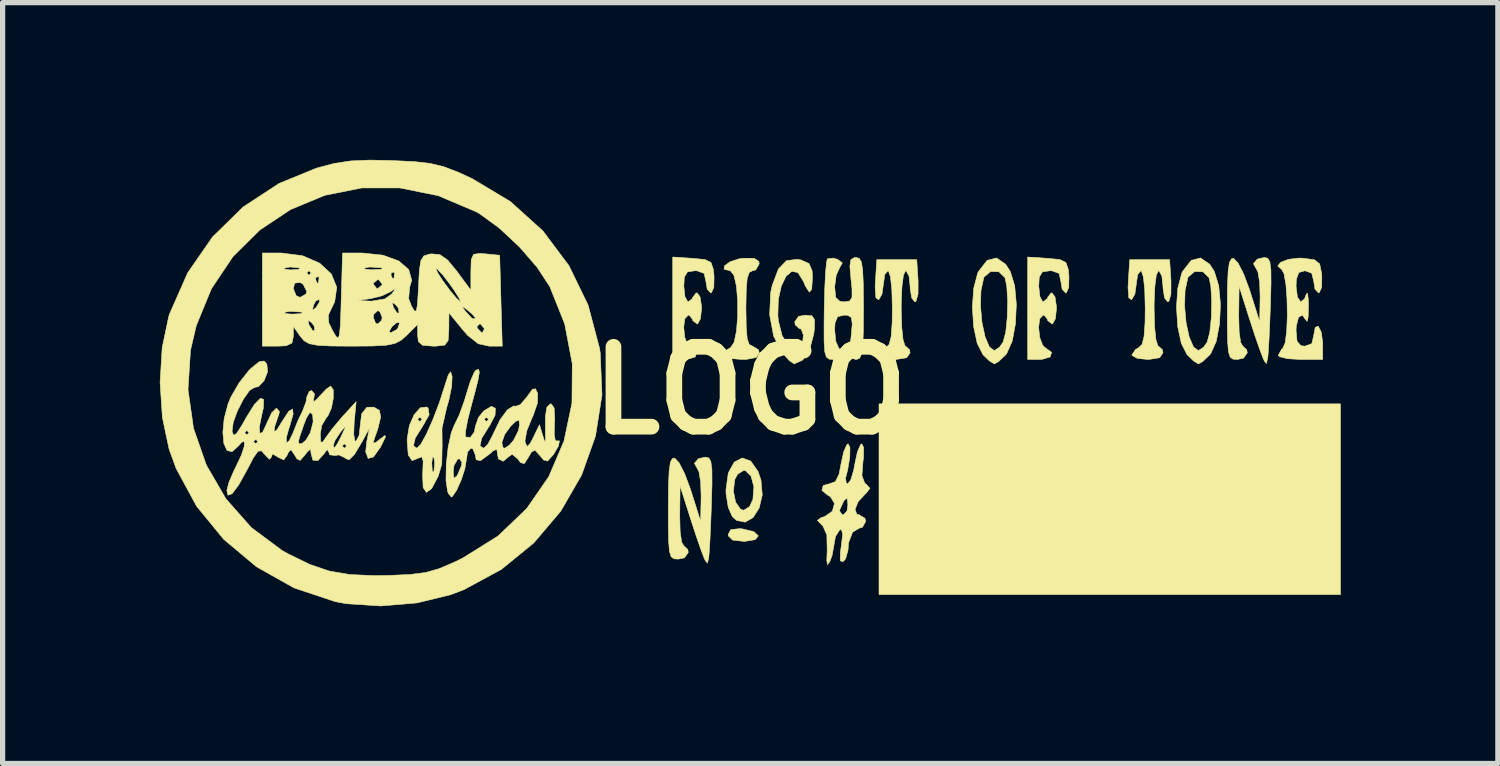
<source format=kicad_pcb>
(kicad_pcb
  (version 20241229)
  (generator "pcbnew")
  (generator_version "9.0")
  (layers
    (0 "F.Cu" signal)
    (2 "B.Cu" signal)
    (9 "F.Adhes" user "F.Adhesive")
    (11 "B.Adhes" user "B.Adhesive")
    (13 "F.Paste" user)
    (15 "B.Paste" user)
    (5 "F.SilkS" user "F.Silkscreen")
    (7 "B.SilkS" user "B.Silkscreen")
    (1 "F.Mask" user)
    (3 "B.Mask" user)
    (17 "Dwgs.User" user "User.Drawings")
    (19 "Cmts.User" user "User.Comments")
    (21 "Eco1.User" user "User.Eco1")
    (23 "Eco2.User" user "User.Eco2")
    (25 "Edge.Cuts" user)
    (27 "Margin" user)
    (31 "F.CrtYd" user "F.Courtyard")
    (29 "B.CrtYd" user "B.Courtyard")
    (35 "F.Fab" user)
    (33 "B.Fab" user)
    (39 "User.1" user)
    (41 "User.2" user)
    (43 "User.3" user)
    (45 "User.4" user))
  (footprint "LOGO"
    (layer "F.Cu")
    (at 11.27 4.403)
    (property "Reference" "LOGO" (at 0 0 0) (layer "F.SilkS") (effects (font (size 1.524 1.524) (thickness 0.3))))
    (attr through_hole)
    (fp_poly (pts (xy 11.261 3.895) (xy 2.455 3.895) (xy 2.455 0.254) (xy 11.261 0.254) (xy 11.261 3.895)) (stroke (width 0.01) (type solid)) (fill yes) (layer "F.SilkS"))
    (fp_poly (pts (xy -0.155 2.64) (xy 0.067 2.693) (xy 0.152 2.773) (xy 0.093 2.846) (xy -0.112 2.879) (xy -0.12 2.879) (xy -0.338 2.854) (xy -0.421 2.773) (xy -0.423 2.746) (xy -0.374 2.654) (xy -0.206 2.636) (xy -0.155 2.64)) (stroke (width 0.01) (type solid)) (fill yes) (layer "F.SilkS"))
    (fp_poly (pts (xy 0.005 1.344) (xy 0.146 1.543) (xy 0.202 1.709) (xy 0.227 1.991) (xy 0.169 2.239) (xy 0.053 2.423) (xy -0.1 2.512) (xy -0.265 2.478) (xy -0.346 2.404) (xy -0.422 2.231) (xy -0.463 1.976) (xy -0.465 1.922) (xy -0.324 1.922) (xy -0.281 2.132) (xy -0.187 2.266) (xy -0.127 2.286) (xy -0.015 2.214) (xy 0.048 2.08) (xy 0.067 1.839) (xy 0.014 1.636) (xy -0.093 1.529) (xy -0.127 1.524) (xy -0.242 1.595) (xy -0.298 1.699) (xy -0.324 1.922) (xy -0.465 1.922) (xy -0.466 1.895) (xy -0.421 1.571) (xy -0.308 1.366) (xy -0.156 1.287) (xy 0.005 1.344)) (stroke (width 0.01) (type solid)) (fill yes) (layer "F.SilkS"))
    (fp_poly (pts (xy 0.073 -2.524) (xy 0.161 -2.465) (xy 0.169 -2.418) (xy 0.104 -2.303) (xy 0.042 -2.286) (xy -0.021 -2.255) (xy -0.06 -2.143) (xy -0.079 -1.921) (xy -0.085 -1.566) (xy -0.079 -1.207) (xy -0.06 -0.986) (xy -0.02 -0.876) (xy 0.042 -0.847) (xy 0.155 -0.779) (xy 0.169 -0.72) (xy 0.113 -0.631) (xy -0.072 -0.595) (xy -0.169 -0.593) (xy -0.381 -0.612) (xy -0.499 -0.66) (xy -0.508 -0.68) (xy -0.44 -0.783) (xy -0.381 -0.816) (xy -0.311 -0.919) (xy -0.265 -1.135) (xy -0.243 -1.417) (xy -0.243 -1.72) (xy -0.267 -1.996) (xy -0.314 -2.2) (xy -0.383 -2.286) (xy -0.388 -2.286) (xy -0.503 -2.315) (xy -0.493 -2.381) (xy -0.387 -2.458) (xy -0.215 -2.514) (xy -0.142 -2.524) (xy 0.073 -2.524)) (stroke (width 0.01) (type solid)) (fill yes) (layer "F.SilkS"))
    (fp_poly (pts (xy 4.872 -2.409) (xy 4.96 -2.273) (xy 5.044 -1.999) (xy 5.076 -1.647) (xy 5.059 -1.275) (xy 4.997 -0.942) (xy 4.892 -0.706) (xy 4.874 -0.684) (xy 4.739 -0.555) (xy 4.657 -0.508) (xy 4.563 -0.564) (xy 4.439 -0.684) (xy 4.329 -0.9) (xy 4.26 -1.223) (xy 4.237 -1.593) (xy 4.238 -1.608) (xy 4.392 -1.608) (xy 4.42 -1.298) (xy 4.48 -1.023) (xy 4.563 -0.829) (xy 4.657 -0.762) (xy 4.755 -0.828) (xy 4.823 -0.926) (xy 4.873 -1.109) (xy 4.902 -1.393) (xy 4.91 -1.71) (xy 4.893 -1.993) (xy 4.859 -2.152) (xy 4.744 -2.266) (xy 4.583 -2.271) (xy 4.46 -2.166) (xy 4.454 -2.152) (xy 4.401 -1.908) (xy 4.392 -1.608) (xy 4.238 -1.608) (xy 4.262 -1.952) (xy 4.338 -2.241) (xy 4.354 -2.273) (xy 4.519 -2.485) (xy 4.698 -2.53) (xy 4.872 -2.409)) (stroke (width 0.01) (type solid)) (fill yes) (layer "F.SilkS"))
    (fp_poly (pts (xy 8.767 -2.409) (xy 8.854 -2.273) (xy 8.938 -1.999) (xy 8.971 -1.647) (xy 8.954 -1.275) (xy 8.892 -0.942) (xy 8.787 -0.706) (xy 8.769 -0.684) (xy 8.634 -0.555) (xy 8.551 -0.508) (xy 8.458 -0.564) (xy 8.334 -0.684) (xy 8.224 -0.9) (xy 8.155 -1.223) (xy 8.132 -1.593) (xy 8.133 -1.608) (xy 8.287 -1.608) (xy 8.315 -1.298) (xy 8.374 -1.023) (xy 8.458 -0.829) (xy 8.551 -0.762) (xy 8.65 -0.828) (xy 8.718 -0.926) (xy 8.767 -1.109) (xy 8.797 -1.393) (xy 8.804 -1.71) (xy 8.787 -1.993) (xy 8.754 -2.152) (xy 8.639 -2.266) (xy 8.478 -2.271) (xy 8.355 -2.166) (xy 8.349 -2.152) (xy 8.296 -1.908) (xy 8.287 -1.608) (xy 8.133 -1.608) (xy 8.157 -1.952) (xy 8.233 -2.241) (xy 8.248 -2.273) (xy 8.414 -2.485) (xy 8.592 -2.53) (xy 8.767 -2.409)) (stroke (width 0.01) (type solid)) (fill yes) (layer "F.SilkS"))
    (fp_poly (pts (xy -1.101 -2.523) (xy -0.866 -2.5) (xy -0.751 -2.443) (xy -0.707 -2.313) (xy -0.693 -2.18) (xy -0.697 -1.968) (xy -0.744 -1.866) (xy -0.757 -1.863) (xy -0.824 -1.935) (xy -0.847 -2.074) (xy -0.882 -2.235) (xy -1.019 -2.285) (xy -1.058 -2.286) (xy -1.201 -2.264) (xy -1.26 -2.164) (xy -1.27 -1.99) (xy -1.249 -1.794) (xy -1.196 -1.696) (xy -1.185 -1.693) (xy -1.103 -1.758) (xy -1.101 -1.778) (xy -1.036 -1.86) (xy -1.016 -1.863) (xy -0.96 -1.788) (xy -0.932 -1.605) (xy -0.931 -1.566) (xy -0.953 -1.37) (xy -1.005 -1.273) (xy -1.016 -1.27) (xy -1.098 -1.334) (xy -1.101 -1.355) (xy -1.165 -1.437) (xy -1.185 -1.439) (xy -1.252 -1.37) (xy -1.272 -1.205) (xy -1.251 -1.013) (xy -1.193 -0.861) (xy -1.143 -0.816) (xy -1.024 -0.728) (xy -1.052 -0.641) (xy -1.209 -0.594) (xy -1.249 -0.593) (xy -1.482 -0.593) (xy -1.482 -2.548) (xy -1.101 -2.523)) (stroke (width 0.01) (type solid)) (fill yes) (layer "F.SilkS"))
    (fp_poly (pts (xy 0.966 -2.492) (xy 1.12 -2.423) (xy 1.179 -2.282) (xy 1.185 -2.15) (xy 1.17 -1.93) (xy 1.125 -1.877) (xy 1.051 -1.99) (xy 1.014 -2.08) (xy 0.909 -2.25) (xy 0.793 -2.276) (xy 0.682 -2.182) (xy 0.59 -1.993) (xy 0.533 -1.733) (xy 0.525 -1.426) (xy 0.536 -1.322) (xy 0.606 -1.049) (xy 0.721 -0.857) (xy 0.854 -0.781) (xy 0.923 -0.799) (xy 0.996 -0.909) (xy 1.012 -1.06) (xy 0.97 -1.17) (xy 0.931 -1.185) (xy 0.856 -1.254) (xy 0.847 -1.312) (xy 0.92 -1.415) (xy 1.05 -1.439) (xy 1.176 -1.425) (xy 1.226 -1.352) (xy 1.221 -1.174) (xy 1.21 -1.079) (xy 1.132 -0.785) (xy 0.998 -0.582) (xy 0.837 -0.508) (xy 0.747 -0.568) (xy 0.613 -0.714) (xy 0.603 -0.726) (xy 0.443 -1.043) (xy 0.368 -1.446) (xy 0.387 -1.869) (xy 0.417 -2.007) (xy 0.535 -2.32) (xy 0.691 -2.48) (xy 0.903 -2.505) (xy 0.966 -2.492)) (stroke (width 0.01) (type solid)) (fill yes) (layer "F.SilkS"))
    (fp_poly (pts (xy 5.673 -2.523) (xy 5.907 -2.5) (xy 6.022 -2.443) (xy 6.067 -2.313) (xy 6.08 -2.18) (xy 6.076 -1.968) (xy 6.03 -1.866) (xy 6.016 -1.863) (xy 5.949 -1.935) (xy 5.927 -2.074) (xy 5.892 -2.235) (xy 5.754 -2.285) (xy 5.715 -2.286) (xy 5.572 -2.264) (xy 5.513 -2.164) (xy 5.503 -1.99) (xy 5.525 -1.794) (xy 5.577 -1.696) (xy 5.588 -1.693) (xy 5.67 -1.758) (xy 5.673 -1.778) (xy 5.737 -1.86) (xy 5.757 -1.863) (xy 5.813 -1.788) (xy 5.841 -1.605) (xy 5.842 -1.566) (xy 5.821 -1.37) (xy 5.768 -1.273) (xy 5.757 -1.27) (xy 5.675 -1.334) (xy 5.673 -1.355) (xy 5.608 -1.437) (xy 5.588 -1.439) (xy 5.522 -1.37) (xy 5.501 -1.205) (xy 5.522 -1.013) (xy 5.58 -0.861) (xy 5.63 -0.816) (xy 5.749 -0.728) (xy 5.721 -0.641) (xy 5.564 -0.594) (xy 5.524 -0.593) (xy 5.292 -0.593) (xy 5.292 -2.548) (xy 5.673 -2.523)) (stroke (width 0.01) (type solid)) (fill yes) (layer "F.SilkS"))
    (fp_poly (pts (xy 3.201 -2.095) (xy 3.2 -1.841) (xy 3.162 -1.706) (xy 3.137 -1.693) (xy 3.078 -1.768) (xy 3.049 -1.951) (xy 3.048 -1.99) (xy 3.027 -2.186) (xy 2.974 -2.283) (xy 2.963 -2.286) (xy 2.922 -2.206) (xy 2.893 -1.988) (xy 2.879 -1.659) (xy 2.879 -1.566) (xy 2.888 -1.216) (xy 2.914 -0.968) (xy 2.952 -0.852) (xy 2.963 -0.847) (xy 3.038 -0.778) (xy 3.048 -0.72) (xy 2.984 -0.626) (xy 2.779 -0.593) (xy 2.752 -0.593) (xy 2.556 -0.615) (xy 2.458 -0.669) (xy 2.455 -0.68) (xy 2.523 -0.783) (xy 2.582 -0.816) (xy 2.648 -0.88) (xy 2.687 -1.032) (xy 2.706 -1.3) (xy 2.709 -1.575) (xy 2.7 -1.923) (xy 2.674 -2.168) (xy 2.635 -2.282) (xy 2.625 -2.286) (xy 2.565 -2.213) (xy 2.54 -2.037) (xy 2.512 -1.84) (xy 2.45 -1.733) (xy 2.396 -1.768) (xy 2.381 -1.968) (xy 2.387 -2.087) (xy 2.413 -2.498) (xy 3.175 -2.498) (xy 3.201 -2.095)) (stroke (width 0.01) (type solid)) (fill yes) (layer "F.SilkS"))
    (fp_poly (pts (xy 8.027 -2.095) (xy 8.026 -1.841) (xy 7.988 -1.706) (xy 7.963 -1.693) (xy 7.904 -1.768) (xy 7.875 -1.951) (xy 7.874 -1.99) (xy 7.853 -2.186) (xy 7.8 -2.283) (xy 7.789 -2.286) (xy 7.748 -2.206) (xy 7.719 -1.988) (xy 7.705 -1.659) (xy 7.705 -1.566) (xy 7.714 -1.216) (xy 7.74 -0.968) (xy 7.778 -0.852) (xy 7.789 -0.847) (xy 7.864 -0.778) (xy 7.874 -0.72) (xy 7.81 -0.626) (xy 7.605 -0.593) (xy 7.578 -0.593) (xy 7.382 -0.615) (xy 7.284 -0.669) (xy 7.281 -0.68) (xy 7.349 -0.783) (xy 7.408 -0.816) (xy 7.474 -0.88) (xy 7.513 -1.032) (xy 7.532 -1.3) (xy 7.535 -1.575) (xy 7.526 -1.923) (xy 7.5 -2.168) (xy 7.461 -2.282) (xy 7.451 -2.286) (xy 7.391 -2.213) (xy 7.366 -2.037) (xy 7.338 -1.84) (xy 7.276 -1.733) (xy 7.222 -1.768) (xy 7.207 -1.968) (xy 7.213 -2.087) (xy 7.239 -2.498) (xy 8.001 -2.498) (xy 8.027 -2.095)) (stroke (width 0.01) (type solid)) (fill yes) (layer "F.SilkS"))
    (fp_poly (pts (xy -0.794 1.286) (xy -0.754 1.355) (xy -0.734 1.505) (xy -0.732 1.768) (xy -0.742 2.138) (xy -0.756 2.521) (xy -0.771 2.855) (xy -0.786 3.093) (xy -0.793 3.175) (xy -0.818 3.294) (xy -0.858 3.25) (xy -0.887 3.186) (xy -0.946 3.03) (xy -1.037 2.767) (xy -1.14 2.451) (xy -1.149 2.424) (xy -1.341 1.82) (xy -1.348 2.392) (xy -1.34 2.692) (xy -1.311 2.895) (xy -1.27 2.963) (xy -1.195 3.032) (xy -1.185 3.09) (xy -1.258 3.193) (xy -1.376 3.217) (xy -1.457 3.211) (xy -1.512 3.172) (xy -1.544 3.071) (xy -1.56 2.881) (xy -1.566 2.572) (xy -1.566 2.242) (xy -1.563 1.814) (xy -1.55 1.53) (xy -1.526 1.366) (xy -1.486 1.295) (xy -1.445 1.289) (xy -1.361 1.377) (xy -1.253 1.588) (xy -1.144 1.881) (xy -1.136 1.905) (xy -0.949 2.498) (xy -0.94 2.016) (xy -0.949 1.744) (xy -0.982 1.547) (xy -1.017 1.481) (xy -1.068 1.389) (xy -0.994 1.302) (xy -0.86 1.27) (xy -0.794 1.286)) (stroke (width 0.01) (type solid)) (fill yes) (layer "F.SilkS"))
    (fp_poly (pts (xy 9.874 -2.524) (xy 9.914 -2.455) (xy 9.934 -2.305) (xy 9.936 -2.042) (xy 9.926 -1.672) (xy 9.912 -1.289) (xy 9.897 -0.955) (xy 9.882 -0.717) (xy 9.875 -0.635) (xy 9.85 -0.516) (xy 9.81 -0.56) (xy 9.781 -0.624) (xy 9.722 -0.78) (xy 9.631 -1.043) (xy 9.528 -1.359) (xy 9.519 -1.386) (xy 9.327 -1.99) (xy 9.32 -1.418) (xy 9.328 -1.118) (xy 9.357 -0.915) (xy 9.398 -0.847) (xy 9.473 -0.778) (xy 9.483 -0.72) (xy 9.41 -0.617) (xy 9.292 -0.593) (xy 9.211 -0.599) (xy 9.156 -0.638) (xy 9.124 -0.739) (xy 9.108 -0.929) (xy 9.102 -1.238) (xy 9.102 -1.568) (xy 9.105 -1.996) (xy 9.118 -2.28) (xy 9.142 -2.444) (xy 9.182 -2.515) (xy 9.223 -2.521) (xy 9.307 -2.433) (xy 9.415 -2.222) (xy 9.524 -1.929) (xy 9.532 -1.905) (xy 9.719 -1.312) (xy 9.728 -1.794) (xy 9.719 -2.066) (xy 9.686 -2.263) (xy 9.651 -2.329) (xy 9.6 -2.421) (xy 9.674 -2.508) (xy 9.808 -2.54) (xy 9.874 -2.524)) (stroke (width 0.01) (type solid)) (fill yes) (layer "F.SilkS"))
    (fp_poly (pts (xy -5.693 -0.276) (xy -5.692 -0.273) (xy -5.7 -0.082) (xy -5.755 0.188) (xy -5.798 0.335) (xy -5.885 0.72) (xy -5.882 1.039) (xy -5.889 1.407) (xy -5.958 1.637) (xy -6.083 1.873) (xy -6.183 1.943) (xy -6.245 1.852) (xy -6.255 1.603) (xy -6.253 1.573) (xy -6.246 1.397) (xy -6.079 1.397) (xy -6.07 1.542) (xy -6.044 1.554) (xy -6.04 1.547) (xy -6.024 1.379) (xy -6.037 1.293) (xy -6.064 1.258) (xy -6.079 1.371) (xy -6.079 1.397) (xy -6.246 1.397) (xy -6.244 1.348) (xy -6.27 1.264) (xy -6.331 1.289) (xy -6.456 1.338) (xy -6.529 1.23) (xy -6.55 0.964) (xy -6.55 0.923) (xy -6.508 0.67) (xy -6.456 0.55) (xy -6.35 0.55) (xy -6.308 0.593) (xy -6.265 0.55) (xy -6.308 0.508) (xy -6.35 0.55) (xy -6.456 0.55) (xy -6.415 0.459) (xy -6.297 0.328) (xy -6.178 0.314) (xy -6.149 0.336) (xy -6.13 0.463) (xy -6.249 0.673) (xy -6.395 0.906) (xy -6.43 1.055) (xy -6.364 1.101) (xy -6.29 1.027) (xy -6.182 0.83) (xy -6.058 0.551) (xy -5.934 0.227) (xy -5.834 -0.085) (xy -5.765 -0.297) (xy -5.721 -0.356) (xy -5.693 -0.276)) (stroke (width 0.01) (type solid)) (fill yes) (layer "F.SilkS"))
    (fp_poly (pts (xy 2.077 -2.523) (xy 2.119 -2.452) (xy 2.143 -2.299) (xy 2.155 -2.037) (xy 2.159 -1.638) (xy 2.159 -1.566) (xy 2.156 -1.145) (xy 2.146 -0.865) (xy 2.123 -0.698) (xy 2.085 -0.617) (xy 2.025 -0.593) (xy 2.015 -0.593) (xy 1.931 -0.616) (xy 1.9 -0.714) (xy 1.911 -0.927) (xy 1.921 -1.016) (xy 1.944 -1.266) (xy 1.929 -1.392) (xy 1.86 -1.435) (xy 1.79 -1.439) (xy 1.665 -1.41) (xy 1.615 -1.289) (xy 1.609 -1.148) (xy 1.631 -0.937) (xy 1.686 -0.81) (xy 1.693 -0.804) (xy 1.777 -0.699) (xy 1.715 -0.616) (xy 1.587 -0.593) (xy 1.505 -0.599) (xy 1.451 -0.639) (xy 1.42 -0.74) (xy 1.407 -0.933) (xy 1.406 -1.247) (xy 1.409 -1.529) (xy 1.418 -1.911) (xy 1.433 -2.226) (xy 1.452 -2.44) (xy 1.469 -2.513) (xy 1.578 -2.528) (xy 1.662 -2.505) (xy 1.755 -2.436) (xy 1.707 -2.351) (xy 1.638 -2.202) (xy 1.609 -1.979) (xy 1.609 -1.973) (xy 1.629 -1.777) (xy 1.71 -1.701) (xy 1.79 -1.693) (xy 1.895 -1.708) (xy 1.94 -1.779) (xy 1.939 -1.951) (xy 1.921 -2.117) (xy 1.899 -2.37) (xy 1.917 -2.497) (xy 1.985 -2.538) (xy 2.015 -2.54) (xy 2.077 -2.523)) (stroke (width 0.01) (type solid)) (fill yes) (layer "F.SilkS"))
    (fp_poly (pts (xy 10.551 -2.525) (xy 10.765 -2.495) (xy 10.864 -2.418) (xy 10.9 -2.243) (xy 10.906 -2.18) (xy 10.902 -1.968) (xy 10.856 -1.866) (xy 10.842 -1.863) (xy 10.775 -1.935) (xy 10.753 -2.074) (xy 10.713 -2.24) (xy 10.583 -2.286) (xy 10.467 -2.253) (xy 10.42 -2.123) (xy 10.414 -1.99) (xy 10.44 -1.783) (xy 10.501 -1.695) (xy 10.573 -1.745) (xy 10.61 -1.841) (xy 10.633 -1.857) (xy 10.648 -1.732) (xy 10.651 -1.609) (xy 10.645 -1.407) (xy 10.626 -1.32) (xy 10.612 -1.333) (xy 10.533 -1.439) (xy 10.461 -1.398) (xy 10.418 -1.231) (xy 10.414 -1.143) (xy 10.433 -0.939) (xy 10.507 -0.856) (xy 10.583 -0.847) (xy 10.715 -0.895) (xy 10.753 -1.063) (xy 10.78 -1.207) (xy 10.837 -1.228) (xy 10.895 -1.115) (xy 10.922 -0.91) (xy 10.922 -0.884) (xy 10.922 -0.593) (xy 10.499 -0.593) (xy 10.257 -0.607) (xy 10.104 -0.644) (xy 10.075 -0.672) (xy 10.137 -0.787) (xy 10.16 -0.804) (xy 10.207 -0.913) (xy 10.235 -1.138) (xy 10.247 -1.431) (xy 10.241 -1.744) (xy 10.22 -2.027) (xy 10.183 -2.232) (xy 10.139 -2.311) (xy 10.064 -2.376) (xy 10.119 -2.447) (xy 10.268 -2.504) (xy 10.473 -2.528) (xy 10.551 -2.525)) (stroke (width 0.01) (type solid)) (fill yes) (layer "F.SilkS"))
    (fp_poly (pts (xy 2.162 1.09) (xy 2.159 1.275) (xy 2.148 1.363) (xy 2.129 1.623) (xy 2.181 1.764) (xy 2.21 1.788) (xy 2.282 1.867) (xy 2.211 1.958) (xy 2.196 1.97) (xy 2.058 2.12) (xy 1.998 2.267) (xy 2.031 2.36) (xy 2.077 2.371) (xy 2.187 2.438) (xy 2.201 2.498) (xy 2.138 2.61) (xy 2.083 2.625) (xy 1.952 2.701) (xy 1.874 2.904) (xy 1.863 3.05) (xy 1.817 3.212) (xy 1.769 3.265) (xy 1.716 3.25) (xy 1.716 3.095) (xy 1.736 2.963) (xy 1.762 2.734) (xy 1.735 2.652) (xy 1.703 2.661) (xy 1.624 2.785) (xy 1.603 2.905) (xy 1.561 3.142) (xy 1.518 3.26) (xy 1.473 3.324) (xy 1.458 3.246) (xy 1.466 3.048) (xy 1.459 2.753) (xy 1.383 2.583) (xy 1.36 2.563) (xy 1.281 2.478) (xy 1.347 2.427) (xy 1.418 2.405) (xy 1.565 2.303) (xy 1.568 2.292) (xy 1.699 2.292) (xy 1.75 2.368) (xy 1.778 2.371) (xy 1.844 2.299) (xy 1.861 2.18) (xy 1.848 2.056) (xy 1.798 2.087) (xy 1.778 2.117) (xy 1.699 2.292) (xy 1.568 2.292) (xy 1.605 2.154) (xy 1.527 2.025) (xy 1.482 2.001) (xy 1.365 1.907) (xy 1.39 1.812) (xy 1.514 1.778) (xy 1.623 1.738) (xy 1.693 1.594) (xy 1.731 1.397) (xy 1.781 1.17) (xy 1.84 1.034) (xy 1.866 1.016) (xy 1.901 1.089) (xy 1.897 1.273) (xy 1.857 1.515) (xy 1.816 1.672) (xy 1.831 1.769) (xy 1.86 1.778) (xy 1.917 1.703) (xy 1.973 1.512) (xy 1.994 1.397) (xy 2.043 1.17) (xy 2.102 1.034) (xy 2.127 1.016) (xy 2.162 1.09)) (stroke (width 0.01) (type solid)) (fill yes) (layer "F.SilkS"))
    (fp_poly (pts (xy -6.833 -4.389) (xy -6.416 -4.369) (xy -6.108 -4.334) (xy -5.849 -4.271) (xy -5.576 -4.167) (xy -5.306 -4.042) (xy -4.579 -3.606) (xy -3.96 -3.047) (xy -3.462 -2.383) (xy -3.097 -1.631) (xy -2.879 -0.809) (xy -2.865 -0.717) (xy -2.832 0.084) (xy -2.955 0.868) (xy -3.221 1.614) (xy -3.618 2.301) (xy -4.133 2.908) (xy -4.753 3.414) (xy -5.464 3.799) (xy -5.722 3.897) (xy -6.362 4.053) (xy -7.051 4.111) (xy -7.714 4.068) (xy -7.924 4.028) (xy -8.71 3.766) (xy -9.426 3.363) (xy -10.052 2.838) (xy -10.569 2.207) (xy -10.957 1.491) (xy -11.093 1.119) (xy -11.221 0.514) (xy -11.256 -0.017) (xy -10.732 -0.017) (xy -10.627 0.721) (xy -10.382 1.423) (xy -10.01 2.064) (xy -9.523 2.616) (xy -8.934 3.054) (xy -8.821 3.117) (xy -8.409 3.318) (xy -8.036 3.445) (xy -7.644 3.512) (xy -7.174 3.532) (xy -6.889 3.528) (xy -6.493 3.51) (xy -6.199 3.473) (xy -5.941 3.4) (xy -5.65 3.275) (xy -5.486 3.195) (xy -4.817 2.777) (xy -4.269 2.253) (xy -3.847 1.642) (xy -3.557 0.965) (xy -3.405 0.24) (xy -3.399 -0.511) (xy -3.543 -1.27) (xy -3.827 -1.981) (xy -4.068 -2.35) (xy -4.407 -2.741) (xy -4.792 -3.101) (xy -5.17 -3.376) (xy -5.234 -3.412) (xy -5.958 -3.719) (xy -6.693 -3.867) (xy -7.42 -3.866) (xy -8.12 -3.726) (xy -8.775 -3.454) (xy -9.366 -3.061) (xy -9.876 -2.554) (xy -10.285 -1.943) (xy -10.575 -1.237) (xy -10.685 -0.765) (xy -10.732 -0.017) (xy -11.256 -0.017) (xy -11.265 -0.154) (xy -11.225 -0.818) (xy -11.101 -1.409) (xy -11.084 -1.463) (xy -10.739 -2.245) (xy -10.265 -2.93) (xy -9.679 -3.504) (xy -8.995 -3.952) (xy -8.282 -4.244) (xy -7.947 -4.333) (xy -7.627 -4.382) (xy -7.26 -4.398) (xy -6.833 -4.389)) (stroke (width 0.01) (type solid)) (fill yes) (layer "F.SilkS"))
    (fp_poly (pts (xy -5.172 -0.349) (xy -5.198 -0.197) (xy -5.268 0.077) (xy -5.322 0.275) (xy -5.395 0.562) (xy -5.436 0.78) (xy -5.438 0.883) (xy -5.437 0.885) (xy -5.344 0.895) (xy -5.267 0.791) (xy -5.249 0.685) (xy -5.202 0.55) (xy -5.08 0.55) (xy -5.038 0.593) (xy -4.995 0.55) (xy -5.038 0.508) (xy -5.08 0.55) (xy -5.202 0.55) (xy -5.19 0.515) (xy -5.088 0.389) (xy -4.941 0.301) (xy -4.866 0.339) (xy -4.872 0.471) (xy -4.973 0.665) (xy -4.985 0.682) (xy -5.128 0.912) (xy -5.159 1.057) (xy -5.09 1.101) (xy -5.013 1.03) (xy -4.993 0.994) (xy -4.743 0.994) (xy -4.72 1.091) (xy -4.687 1.101) (xy -4.599 1.041) (xy -4.521 0.953) (xy -4.426 0.764) (xy -4.405 0.656) (xy -4.416 0.564) (xy -4.48 0.589) (xy -4.572 0.677) (xy -4.688 0.837) (xy -4.743 0.994) (xy -4.993 0.994) (xy -4.92 0.857) (xy -4.907 0.826) (xy -4.776 0.556) (xy -4.636 0.367) (xy -4.515 0.293) (xy -4.48 0.301) (xy -4.391 0.269) (xy -4.271 0.132) (xy -4.263 0.119) (xy -4.158 -0.024) (xy -4.101 -0.034) (xy -4.06 0.053) (xy -4.062 0.236) (xy -4.147 0.483) (xy -4.168 0.526) (xy -4.264 0.76) (xy -4.301 0.954) (xy -4.297 0.992) (xy -4.26 1.068) (xy -4.2 1.007) (xy -4.144 0.898) (xy -4.025 0.652) (xy -3.964 0.855) (xy -3.923 0.978) (xy -3.909 0.951) (xy -3.912 0.804) (xy -3.912 0.492) (xy -3.883 0.318) (xy -3.82 0.256) (xy -3.801 0.254) (xy -3.745 0.332) (xy -3.733 0.55) (xy -3.738 0.627) (xy -3.743 0.841) (xy -3.722 0.955) (xy -3.704 0.961) (xy -3.643 0.96) (xy -3.663 1.059) (xy -3.751 1.211) (xy -3.768 1.233) (xy -3.87 1.346) (xy -3.947 1.324) (xy -4.015 1.242) (xy -4.111 1.138) (xy -4.178 1.174) (xy -4.233 1.27) (xy -4.315 1.395) (xy -4.384 1.376) (xy -4.439 1.306) (xy -4.544 1.216) (xy -4.606 1.257) (xy -4.718 1.35) (xy -4.808 1.303) (xy -4.826 1.215) (xy -4.838 1.122) (xy -4.903 1.147) (xy -4.981 1.215) (xy -5.149 1.338) (xy -5.233 1.321) (xy -5.249 1.228) (xy -5.295 1.115) (xy -5.334 1.101) (xy -5.397 1.173) (xy -5.419 1.317) (xy -5.448 1.491) (xy -5.518 1.707) (xy -5.606 1.904) (xy -5.686 2.021) (xy -5.708 2.032) (xy -5.761 1.967) (xy -5.778 1.926) (xy -5.809 1.714) (xy -5.806 1.55) (xy -5.671 1.55) (xy -5.658 1.671) (xy -5.607 1.637) (xy -5.588 1.609) (xy -5.515 1.438) (xy -5.505 1.371) (xy -5.551 1.301) (xy -5.588 1.312) (xy -5.656 1.43) (xy -5.671 1.55) (xy -5.806 1.55) (xy -5.804 1.411) (xy -5.768 1.085) (xy -5.709 0.807) (xy -5.656 0.674) (xy -5.555 0.464) (xy -5.453 0.18) (xy -5.418 0.061) (xy -5.342 -0.182) (xy -5.268 -0.35) (xy -5.238 -0.388) (xy -5.186 -0.404) (xy -5.172 -0.349)) (stroke (width 0.01) (type solid)) (fill yes) (layer "F.SilkS"))
    (fp_poly (pts (xy -9.228 -0.506) (xy -9.212 -0.36) (xy -9.278 -0.192) (xy -9.387 -0.075) (xy -9.463 -0.059) (xy -9.556 -0.003) (xy -9.673 0.162) (xy -9.786 0.382) (xy -9.868 0.603) (xy -9.891 0.774) (xy -9.891 0.778) (xy -9.862 0.855) (xy -9.801 0.817) (xy -9.794 0.804) (xy -9.652 0.804) (xy -9.61 0.847) (xy -9.567 0.804) (xy -9.61 0.762) (xy -9.652 0.804) (xy -9.794 0.804) (xy -9.694 0.647) (xy -9.625 0.522) (xy -9.465 0.265) (xy -9.349 0.147) (xy -9.288 0.17) (xy -9.294 0.335) (xy -9.327 0.474) (xy -9.372 0.704) (xy -9.362 0.817) (xy -9.309 0.797) (xy -9.228 0.626) (xy -9.221 0.606) (xy -9.135 0.425) (xy -9.049 0.34) (xy -9.042 0.339) (xy -8.988 0.399) (xy -8.996 0.445) (xy -9.077 0.686) (xy -9.089 0.79) (xy -9.035 0.75) (xy -8.939 0.593) (xy -8.81 0.396) (xy -8.736 0.352) (xy -8.726 0.452) (xy -8.792 0.683) (xy -8.808 0.726) (xy -8.857 0.903) (xy -8.852 0.997) (xy -8.83 0.981) (xy -8.627 0.981) (xy -8.612 1.014) (xy -8.565 1.016) (xy -8.482 0.948) (xy -8.398 0.805) (xy -8.344 0.599) (xy -8.354 0.458) (xy -8.404 0.415) (xy -8.472 0.522) (xy -8.52 0.648) (xy -8.598 0.873) (xy -8.627 0.981) (xy -8.83 0.981) (xy -8.799 0.958) (xy -8.727 0.806) (xy -8.723 0.795) (xy -8.631 0.566) (xy -8.551 0.403) (xy -8.479 0.216) (xy -8.467 0.128) (xy -8.417 0.015) (xy -8.373 0) (xy -8.318 0.064) (xy -8.331 0.148) (xy -8.34 0.22) (xy -8.265 0.157) (xy -8.22 0.106) (xy -8.09 -0.03) (xy -8.009 -0.085) (xy -7.96 -0.016) (xy -7.959 0.146) (xy -7.995 0.334) (xy -8.061 0.482) (xy -8.086 0.508) (xy -8.181 0.669) (xy -8.208 0.836) (xy -8.197 0.985) (xy -8.158 0.98) (xy -8.102 0.896) (xy -7.979 0.729) (xy -7.804 0.519) (xy -7.762 0.473) (xy -7.523 0.212) (xy -7.561 0.612) (xy -7.569 0.835) (xy -7.548 0.958) (xy -7.525 0.967) (xy -7.467 0.856) (xy -7.451 0.722) (xy -7.419 0.446) (xy -7.319 0.319) (xy -7.185 0.317) (xy -7.079 0.378) (xy -7.055 0.507) (xy -7.111 0.737) (xy -7.17 0.902) (xy -7.2 1.007) (xy -7.143 0.987) (xy -7.072 0.931) (xy -6.976 0.858) (xy -6.962 0.882) (xy -7.031 1.025) (xy -7.06 1.082) (xy -7.193 1.268) (xy -7.295 1.295) (xy -7.341 1.171) (xy -7.323 0.987) (xy -7.27 0.72) (xy -7.408 0.974) (xy -7.555 1.219) (xy -7.658 1.321) (xy -7.731 1.294) (xy -7.74 1.281) (xy -7.854 1.228) (xy -7.919 1.24) (xy -8.028 1.227) (xy -8.046 1.173) (xy -8.075 1.127) (xy -8.135 1.206) (xy -8.252 1.336) (xy -8.348 1.329) (xy -8.382 1.211) (xy -8.394 1.12) (xy -8.451 1.165) (xy -8.497 1.226) (xy -8.591 1.333) (xy -8.654 1.303) (xy -8.696 1.232) (xy -8.767 1.129) (xy -8.815 1.175) (xy -8.836 1.228) (xy -8.905 1.325) (xy -9.015 1.272) (xy -9.018 1.269) (xy -9.119 1.208) (xy -9.144 1.275) (xy -9.144 1.276) (xy -9.18 1.312) (xy -9.261 1.227) (xy -9.333 1.149) (xy -9.397 1.16) (xy -9.483 1.281) (xy -9.598 1.501) (xy -9.764 1.8) (xy -9.891 1.969) (xy -9.969 1.998) (xy -9.991 1.91) (xy -9.952 1.755) (xy -9.857 1.531) (xy -9.821 1.461) (xy -9.714 1.234) (xy -9.657 1.06) (xy -9.657 1.046) (xy -7.959 1.046) (xy -7.942 1.1) (xy -7.911 1.058) (xy -7.789 1.058) (xy -7.747 1.101) (xy -7.705 1.058) (xy -7.747 1.016) (xy -7.789 1.058) (xy -7.911 1.058) (xy -7.885 1.022) (xy -7.796 0.847) (xy -7.732 0.706) (xy -7.75 0.707) (xy -7.827 0.799) (xy -7.929 0.957) (xy -7.959 1.046) (xy -9.657 1.046) (xy -9.656 0.974) (xy -9.483 0.974) (xy -9.44 1.016) (xy -9.398 0.974) (xy -9.44 0.931) (xy -9.483 0.974) (xy -9.656 0.974) (xy -9.655 0.969) (xy -9.712 0.99) (xy -9.766 1.055) (xy -9.892 1.168) (xy -9.988 1.143) (xy -10.048 1.009) (xy -10.067 0.797) (xy -10.042 0.535) (xy -9.967 0.253) (xy -9.915 0.127) (xy -9.759 -0.143) (xy -9.571 -0.382) (xy -9.532 -0.421) (xy -9.373 -0.55) (xy -9.28 -0.564) (xy -9.228 -0.506)) (stroke (width 0.01) (type solid)) (fill yes) (layer "F.SilkS"))
    (fp_poly (pts (xy -7.015 -2.584) (xy -6.711 -2.474) (xy -6.52 -2.309) (xy -6.463 -2.104) (xy -6.503 -1.968) (xy -6.521 -1.754) (xy -6.468 -1.612) (xy -6.41 -1.517) (xy -6.375 -1.52) (xy -6.359 -1.608) (xy -5.498 -1.608) (xy -5.477 -1.564) (xy -5.429 -1.503) (xy -5.306 -1.371) (xy -5.251 -1.372) (xy -5.249 -1.387) (xy -5.307 -1.457) (xy -5.397 -1.535) (xy -5.498 -1.608) (xy -6.359 -1.608) (xy -6.353 -1.642) (xy -6.337 -1.905) (xy -6.333 -1.993) (xy -6.316 -2.302) (xy -6.312 -2.327) (xy -5.999 -2.327) (xy -5.97 -2.251) (xy -5.871 -2.098) (xy -5.74 -1.919) (xy -5.615 -1.768) (xy -5.535 -1.694) (xy -5.53 -1.693) (xy -5.552 -1.754) (xy -5.651 -1.91) (xy -5.731 -2.025) (xy -5.874 -2.211) (xy -5.974 -2.317) (xy -5.999 -2.327) (xy -6.312 -2.327) (xy -6.288 -2.481) (xy -6.233 -2.568) (xy -6.136 -2.601) (xy -6.086 -2.608) (xy -5.926 -2.594) (xy -5.776 -2.489) (xy -5.599 -2.274) (xy -5.334 -1.914) (xy -5.334 -2.275) (xy -5.327 -2.5) (xy -5.282 -2.6) (xy -5.164 -2.617) (xy -5.059 -2.609) (xy -4.784 -2.582) (xy -4.76 -1.714) (xy -4.735 -0.847) (xy -4.984 -0.847) (xy -5.193 -0.893) (xy -5.395 -1.053) (xy -5.492 -1.164) (xy -5.536 -1.218) (xy -5.22 -1.218) (xy -5.207 -1.185) (xy -5.131 -1.105) (xy -5.117 -1.101) (xy -5.081 -1.166) (xy -5.08 -1.185) (xy -5.145 -1.267) (xy -5.17 -1.27) (xy -5.22 -1.218) (xy -5.536 -1.218) (xy -5.752 -1.482) (xy -5.754 -1.164) (xy -5.767 -0.956) (xy -5.832 -0.867) (xy -5.997 -0.847) (xy -6.054 -0.847) (xy -6.254 -0.863) (xy -6.336 -0.934) (xy -6.35 -1.054) (xy -6.35 -1.262) (xy -6.558 -1.054) (xy -6.666 -0.959) (xy -6.785 -0.898) (xy -6.955 -0.864) (xy -7.215 -0.85) (xy -7.605 -0.847) (xy -7.611 -0.847) (xy -8.001 -0.85) (xy -8.258 -0.863) (xy -8.418 -0.894) (xy -8.517 -0.95) (xy -8.589 -1.035) (xy -8.721 -1.223) (xy -8.721 -1.035) (xy -8.748 -0.907) (xy -8.861 -0.854) (xy -9.017 -0.847) (xy -9.313 -0.847) (xy -9.313 -1.346) (xy -8.443 -1.346) (xy -8.425 -1.261) (xy -8.419 -1.245) (xy -8.352 -1.142) (xy -8.314 -1.141) (xy -8.323 -1.23) (xy -8.371 -1.293) (xy -8.443 -1.346) (xy -9.313 -1.346) (xy -9.313 -1.473) (xy -8.895 -1.473) (xy -8.778 -1.46) (xy -8.721 -1.459) (xy -8.567 -1.468) (xy -8.548 -1.49) (xy -8.572 -1.498) (xy -8.787 -1.511) (xy -8.869 -1.498) (xy -8.895 -1.473) (xy -9.313 -1.473) (xy -9.313 -1.535) (xy -8.36 -1.535) (xy -8.298 -1.575) (xy -8.287 -1.586) (xy -8.22 -1.697) (xy -8.229 -1.738) (xy -8.292 -1.712) (xy -8.334 -1.633) (xy -8.36 -1.535) (xy -9.313 -1.535) (xy -9.313 -1.945) (xy -8.721 -1.945) (xy -8.667 -1.809) (xy -8.594 -1.778) (xy -8.481 -1.841) (xy -8.467 -1.896) (xy -8.535 -2.027) (xy -8.594 -2.063) (xy -8.698 -2.049) (xy -8.721 -1.945) (xy -9.313 -1.945) (xy -9.313 -2.117) (xy -8.297 -2.117) (xy -8.266 -2.047) (xy -8.241 -2.06) (xy -8.231 -2.161) (xy -8.241 -2.173) (xy -8.291 -2.161) (xy -8.297 -2.117) (xy -9.313 -2.117) (xy -9.313 -2.244) (xy -8.467 -2.244) (xy -8.424 -2.201) (xy -8.382 -2.244) (xy -8.424 -2.286) (xy -8.467 -2.244) (xy -9.313 -2.244) (xy -9.313 -2.318) (xy -8.902 -2.318) (xy -8.789 -2.303) (xy -8.763 -2.303) (xy -8.618 -2.312) (xy -8.606 -2.338) (xy -8.613 -2.342) (xy -8.781 -2.358) (xy -8.867 -2.345) (xy -8.902 -2.318) (xy -9.313 -2.318) (xy -9.313 -2.625) (xy -8.954 -2.625) (xy -8.547 -2.573) (xy -8.221 -2.432) (xy -7.996 -2.224) (xy -7.893 -1.97) (xy -7.933 -1.692) (xy -7.971 -1.615) (xy -8.055 -1.437) (xy -8.045 -1.292) (xy -7.968 -1.135) (xy -7.907 -1.032) (xy -7.866 -1.002) (xy -7.841 -1.066) (xy -7.836 -1.124) (xy -6.894 -1.124) (xy -6.866 -1.101) (xy -6.749 -1.163) (xy -6.728 -1.191) (xy -6.693 -1.296) (xy -6.757 -1.291) (xy -6.84 -1.219) (xy -6.894 -1.124) (xy -7.836 -1.124) (xy -7.825 -1.247) (xy -7.819 -1.397) (xy -7.197 -1.397) (xy -7.151 -1.284) (xy -7.112 -1.27) (xy -7.037 -1.339) (xy -7.027 -1.397) (xy -7.073 -1.51) (xy -7.112 -1.524) (xy -7.187 -1.455) (xy -7.197 -1.397) (xy -7.819 -1.397) (xy -7.813 -1.566) (xy -7.81 -1.685) (xy -6.834 -1.685) (xy -6.816 -1.6) (xy -6.81 -1.584) (xy -6.743 -1.48) (xy -6.705 -1.479) (xy -6.715 -1.569) (xy -6.763 -1.631) (xy -6.834 -1.685) (xy -7.81 -1.685) (xy -7.809 -1.719) (xy -7.493 -1.719) (xy -7.228 -1.706) (xy -6.973 -1.749) (xy -6.847 -1.841) (xy -6.775 -1.941) (xy -6.813 -1.925) (xy -6.858 -1.891) (xy -7.033 -1.807) (xy -7.239 -1.756) (xy -7.493 -1.719) (xy -7.809 -1.719) (xy -7.808 -1.757) (xy -7.8 -2.032) (xy -7.197 -2.032) (xy -7.132 -1.95) (xy -7.112 -1.947) (xy -7.03 -2.012) (xy -7.027 -2.032) (xy -7.092 -2.114) (xy -7.112 -2.117) (xy -7.194 -2.052) (xy -7.197 -2.032) (xy -7.8 -2.032) (xy -7.795 -2.201) (xy -6.858 -2.201) (xy -6.827 -2.132) (xy -6.802 -2.145) (xy -6.791 -2.245) (xy -6.802 -2.258) (xy -6.852 -2.246) (xy -6.858 -2.201) (xy -7.795 -2.201) (xy -7.792 -2.32) (xy -7.371 -2.32) (xy -7.254 -2.306) (xy -7.197 -2.306) (xy -7.043 -2.314) (xy -7.024 -2.336) (xy -7.048 -2.344) (xy -7.263 -2.358) (xy -7.345 -2.344) (xy -7.371 -2.32) (xy -7.792 -2.32) (xy -7.783 -2.625) (xy -7.411 -2.625) (xy -7.015 -2.584)) (stroke (width 0.01) (type solid)) (fill yes) (layer "F.SilkS")))
  (gr_rect
    (start -3 -3)
    (end 25.535 11.52)
    (stroke (width 0.1) (type default))
    (fill no)
    (layer "Edge.Cuts")))
</source>
